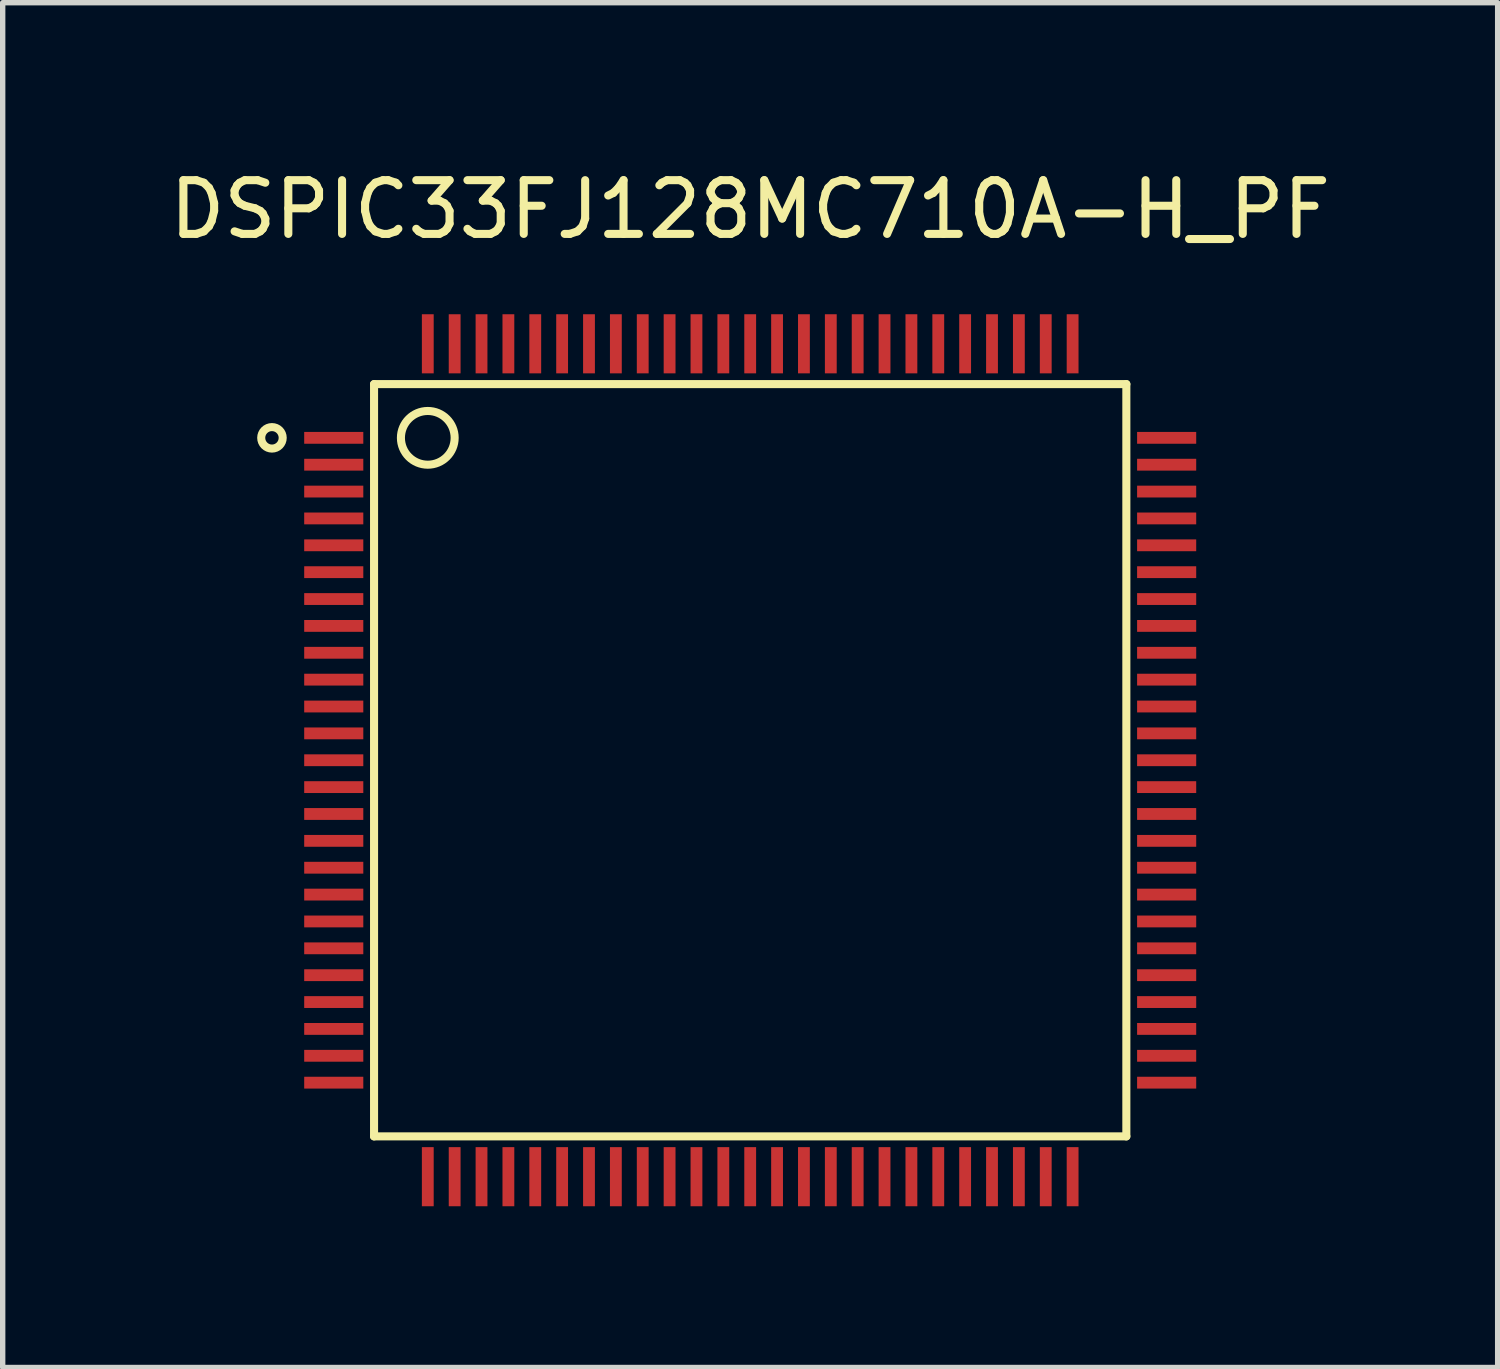
<source format=kicad_pcb>
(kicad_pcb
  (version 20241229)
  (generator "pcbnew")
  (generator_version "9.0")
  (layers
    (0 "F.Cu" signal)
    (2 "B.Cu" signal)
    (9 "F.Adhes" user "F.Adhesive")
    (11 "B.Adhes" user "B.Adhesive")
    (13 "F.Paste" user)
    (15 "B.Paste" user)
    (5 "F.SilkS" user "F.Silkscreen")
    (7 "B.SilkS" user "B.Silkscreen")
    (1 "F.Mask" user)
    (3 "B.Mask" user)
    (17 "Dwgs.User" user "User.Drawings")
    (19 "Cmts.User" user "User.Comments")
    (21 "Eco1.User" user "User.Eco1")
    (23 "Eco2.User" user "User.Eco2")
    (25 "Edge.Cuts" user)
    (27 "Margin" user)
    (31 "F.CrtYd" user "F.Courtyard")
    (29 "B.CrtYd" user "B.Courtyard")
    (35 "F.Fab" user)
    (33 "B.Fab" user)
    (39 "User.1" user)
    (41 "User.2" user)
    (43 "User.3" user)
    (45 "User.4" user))
  (footprint "DSPIC33FJ128MC710A-H_PF"
    (layer "F.Cu")
    (at 3.161 3.348)
    (property "Reference" "DSPIC33FJ128MC710A-H_PF" (at 7.75 -2.5 0) (layer "F.SilkS") (effects (font (size 1 1) (thickness 0.15))))
    (attr through_hole)
    (fp_line (start 0.75 0.75) (end 0.75 14.75) (stroke (width 0.15) (type solid)) (layer "F.SilkS"))
    (fp_line (start 0.75 0.75) (end 14.75 0.75) (stroke (width 0.15) (type solid)) (layer "F.SilkS"))
    (fp_line (start 0.75 14.75) (end 14.75 14.75) (stroke (width 0.15) (type solid)) (layer "F.SilkS"))
    (fp_line (start 14.75 14.75) (end 14.75 0.75) (stroke (width 0.15) (type solid)) (layer "F.SilkS"))
    (fp_circle (center -1.15 1.75) (end -1.15 1.55) (stroke (width 0.15) (type solid)) (fill no) (layer "F.SilkS"))
    (fp_circle (center 1.75 1.75) (end 1.75 1.25) (stroke (width 0.15) (type solid)) (fill no) (layer "F.SilkS"))
    (pad "1" smd rect (at 0 1.75) (size 1.1 0.22) (layers "F.Cu" "F.Mask" "F.Paste"))
    (pad "2" smd rect (at 0 2.25) (size 1.1 0.22) (layers "F.Cu" "F.Mask" "F.Paste"))
    (pad "3" smd rect (at 0 2.75) (size 1.1 0.22) (layers "F.Cu" "F.Mask" "F.Paste"))
    (pad "4" smd rect (at 0 3.25) (size 1.1 0.22) (layers "F.Cu" "F.Mask" "F.Paste"))
    (pad "5" smd rect (at 0 3.75) (size 1.1 0.22) (layers "F.Cu" "F.Mask" "F.Paste"))
    (pad "6" smd rect (at 0 4.25) (size 1.1 0.22) (layers "F.Cu" "F.Mask" "F.Paste"))
    (pad "7" smd rect (at 0 4.75) (size 1.1 0.22) (layers "F.Cu" "F.Mask" "F.Paste"))
    (pad "8" smd rect (at 0 5.25) (size 1.1 0.22) (layers "F.Cu" "F.Mask" "F.Paste"))
    (pad "9" smd rect (at 0 5.75) (size 1.1 0.22) (layers "F.Cu" "F.Mask" "F.Paste"))
    (pad "10" smd rect (at 0 6.25) (size 1.1 0.22) (layers "F.Cu" "F.Mask" "F.Paste"))
    (pad "11" smd rect (at 0 6.75) (size 1.1 0.22) (layers "F.Cu" "F.Mask" "F.Paste"))
    (pad "12" smd rect (at 0 7.25) (size 1.1 0.22) (layers "F.Cu" "F.Mask" "F.Paste"))
    (pad "13" smd rect (at 0 7.75) (size 1.1 0.22) (layers "F.Cu" "F.Mask" "F.Paste"))
    (pad "14" smd rect (at 0 8.25) (size 1.1 0.22) (layers "F.Cu" "F.Mask" "F.Paste"))
    (pad "15" smd rect (at 0 8.75) (size 1.1 0.22) (layers "F.Cu" "F.Mask" "F.Paste"))
    (pad "16" smd rect (at 0 9.25) (size 1.1 0.22) (layers "F.Cu" "F.Mask" "F.Paste"))
    (pad "17" smd rect (at 0 9.75) (size 1.1 0.22) (layers "F.Cu" "F.Mask" "F.Paste"))
    (pad "18" smd rect (at 0 10.25) (size 1.1 0.22) (layers "F.Cu" "F.Mask" "F.Paste"))
    (pad "19" smd rect (at 0 10.75) (size 1.1 0.22) (layers "F.Cu" "F.Mask" "F.Paste"))
    (pad "20" smd rect (at 0 11.25) (size 1.1 0.22) (layers "F.Cu" "F.Mask" "F.Paste"))
    (pad "21" smd rect (at 0 11.75) (size 1.1 0.22) (layers "F.Cu" "F.Mask" "F.Paste"))
    (pad "22" smd rect (at 0 12.25) (size 1.1 0.22) (layers "F.Cu" "F.Mask" "F.Paste"))
    (pad "23" smd rect (at 0 12.75) (size 1.1 0.22) (layers "F.Cu" "F.Mask" "F.Paste"))
    (pad "24" smd rect (at 0 13.25) (size 1.1 0.22) (layers "F.Cu" "F.Mask" "F.Paste"))
    (pad "25" smd rect (at 0 13.75) (size 1.1 0.22) (layers "F.Cu" "F.Mask" "F.Paste"))
    (pad "26" smd rect (at 1.75 15.5) (size 0.22 1.1) (layers "F.Cu" "F.Mask" "F.Paste"))
    (pad "27" smd rect (at 2.25 15.5) (size 0.22 1.1) (layers "F.Cu" "F.Mask" "F.Paste"))
    (pad "28" smd rect (at 2.75 15.5) (size 0.22 1.1) (layers "F.Cu" "F.Mask" "F.Paste"))
    (pad "29" smd rect (at 3.25 15.5) (size 0.22 1.1) (layers "F.Cu" "F.Mask" "F.Paste"))
    (pad "30" smd rect (at 3.75 15.5) (size 0.22 1.1) (layers "F.Cu" "F.Mask" "F.Paste"))
    (pad "31" smd rect (at 4.25 15.5) (size 0.22 1.1) (layers "F.Cu" "F.Mask" "F.Paste"))
    (pad "32" smd rect (at 4.75 15.5) (size 0.22 1.1) (layers "F.Cu" "F.Mask" "F.Paste"))
    (pad "33" smd rect (at 5.25 15.5) (size 0.22 1.1) (layers "F.Cu" "F.Mask" "F.Paste"))
    (pad "34" smd rect (at 5.75 15.5) (size 0.22 1.1) (layers "F.Cu" "F.Mask" "F.Paste"))
    (pad "35" smd rect (at 6.25 15.5) (size 0.22 1.1) (layers "F.Cu" "F.Mask" "F.Paste"))
    (pad "36" smd rect (at 6.75 15.5) (size 0.22 1.1) (layers "F.Cu" "F.Mask" "F.Paste"))
    (pad "37" smd rect (at 7.25 15.5) (size 0.22 1.1) (layers "F.Cu" "F.Mask" "F.Paste"))
    (pad "38" smd rect (at 7.75 15.5) (size 0.22 1.1) (layers "F.Cu" "F.Mask" "F.Paste"))
    (pad "39" smd rect (at 8.25 15.5) (size 0.22 1.1) (layers "F.Cu" "F.Mask" "F.Paste"))
    (pad "40" smd rect (at 8.75 15.5) (size 0.22 1.1) (layers "F.Cu" "F.Mask" "F.Paste"))
    (pad "41" smd rect (at 9.25 15.5) (size 0.22 1.1) (layers "F.Cu" "F.Mask" "F.Paste"))
    (pad "42" smd rect (at 9.75 15.5) (size 0.22 1.1) (layers "F.Cu" "F.Mask" "F.Paste"))
    (pad "43" smd rect (at 10.25 15.5) (size 0.22 1.1) (layers "F.Cu" "F.Mask" "F.Paste"))
    (pad "44" smd rect (at 10.75 15.5) (size 0.22 1.1) (layers "F.Cu" "F.Mask" "F.Paste"))
    (pad "45" smd rect (at 11.25 15.5) (size 0.22 1.1) (layers "F.Cu" "F.Mask" "F.Paste"))
    (pad "46" smd rect (at 11.75 15.5) (size 0.22 1.1) (layers "F.Cu" "F.Mask" "F.Paste"))
    (pad "47" smd rect (at 12.25 15.5) (size 0.22 1.1) (layers "F.Cu" "F.Mask" "F.Paste"))
    (pad "48" smd rect (at 12.75 15.5) (size 0.22 1.1) (layers "F.Cu" "F.Mask" "F.Paste"))
    (pad "49" smd rect (at 13.25 15.5) (size 0.22 1.1) (layers "F.Cu" "F.Mask" "F.Paste"))
    (pad "50" smd rect (at 13.75 15.5) (size 0.22 1.1) (layers "F.Cu" "F.Mask" "F.Paste"))
    (pad "51" smd rect (at 15.5 13.75) (size 1.1 0.22) (layers "F.Cu" "F.Mask" "F.Paste"))
    (pad "52" smd rect (at 15.5 13.25) (size 1.1 0.22) (layers "F.Cu" "F.Mask" "F.Paste"))
    (pad "53" smd rect (at 15.5 12.75) (size 1.1 0.22) (layers "F.Cu" "F.Mask" "F.Paste"))
    (pad "54" smd rect (at 15.5 12.25) (size 1.1 0.22) (layers "F.Cu" "F.Mask" "F.Paste"))
    (pad "55" smd rect (at 15.5 11.75) (size 1.1 0.22) (layers "F.Cu" "F.Mask" "F.Paste"))
    (pad "56" smd rect (at 15.5 11.25) (size 1.1 0.22) (layers "F.Cu" "F.Mask" "F.Paste"))
    (pad "57" smd rect (at 15.5 10.75) (size 1.1 0.22) (layers "F.Cu" "F.Mask" "F.Paste"))
    (pad "58" smd rect (at 15.5 10.25) (size 1.1 0.22) (layers "F.Cu" "F.Mask" "F.Paste"))
    (pad "59" smd rect (at 15.5 9.75) (size 1.1 0.22) (layers "F.Cu" "F.Mask" "F.Paste"))
    (pad "60" smd rect (at 15.5 9.25) (size 1.1 0.22) (layers "F.Cu" "F.Mask" "F.Paste"))
    (pad "61" smd rect (at 15.5 8.75) (size 1.1 0.22) (layers "F.Cu" "F.Mask" "F.Paste"))
    (pad "62" smd rect (at 15.5 8.25) (size 1.1 0.22) (layers "F.Cu" "F.Mask" "F.Paste"))
    (pad "63" smd rect (at 15.5 7.75) (size 1.1 0.22) (layers "F.Cu" "F.Mask" "F.Paste"))
    (pad "64" smd rect (at 15.5 7.25) (size 1.1 0.22) (layers "F.Cu" "F.Mask" "F.Paste"))
    (pad "65" smd rect (at 15.5 6.75) (size 1.1 0.22) (layers "F.Cu" "F.Mask" "F.Paste"))
    (pad "66" smd rect (at 15.5 6.25) (size 1.1 0.22) (layers "F.Cu" "F.Mask" "F.Paste"))
    (pad "67" smd rect (at 15.5 5.75) (size 1.1 0.22) (layers "F.Cu" "F.Mask" "F.Paste"))
    (pad "68" smd rect (at 15.5 5.25) (size 1.1 0.22) (layers "F.Cu" "F.Mask" "F.Paste"))
    (pad "69" smd rect (at 15.5 4.75) (size 1.1 0.22) (layers "F.Cu" "F.Mask" "F.Paste"))
    (pad "70" smd rect (at 15.5 4.25) (size 1.1 0.22) (layers "F.Cu" "F.Mask" "F.Paste"))
    (pad "71" smd rect (at 15.5 3.75) (size 1.1 0.22) (layers "F.Cu" "F.Mask" "F.Paste"))
    (pad "72" smd rect (at 15.5 3.25) (size 1.1 0.22) (layers "F.Cu" "F.Mask" "F.Paste"))
    (pad "73" smd rect (at 15.5 2.75) (size 1.1 0.22) (layers "F.Cu" "F.Mask" "F.Paste"))
    (pad "74" smd rect (at 15.5 2.25) (size 1.1 0.22) (layers "F.Cu" "F.Mask" "F.Paste"))
    (pad "75" smd rect (at 15.5 1.75) (size 1.1 0.22) (layers "F.Cu" "F.Mask" "F.Paste"))
    (pad "76" smd rect (at 13.75 0) (size 0.22 1.1) (layers "F.Cu" "F.Mask" "F.Paste"))
    (pad "77" smd rect (at 13.25 0) (size 0.22 1.1) (layers "F.Cu" "F.Mask" "F.Paste"))
    (pad "78" smd rect (at 12.75 0) (size 0.22 1.1) (layers "F.Cu" "F.Mask" "F.Paste"))
    (pad "79" smd rect (at 12.25 0) (size 0.22 1.1) (layers "F.Cu" "F.Mask" "F.Paste"))
    (pad "80" smd rect (at 11.75 0) (size 0.22 1.1) (layers "F.Cu" "F.Mask" "F.Paste"))
    (pad "81" smd rect (at 11.25 0) (size 0.22 1.1) (layers "F.Cu" "F.Mask" "F.Paste"))
    (pad "82" smd rect (at 10.75 0) (size 0.22 1.1) (layers "F.Cu" "F.Mask" "F.Paste"))
    (pad "83" smd rect (at 10.25 0) (size 0.22 1.1) (layers "F.Cu" "F.Mask" "F.Paste"))
    (pad "84" smd rect (at 9.75 0) (size 0.22 1.1) (layers "F.Cu" "F.Mask" "F.Paste"))
    (pad "85" smd rect (at 9.25 0) (size 0.22 1.1) (layers "F.Cu" "F.Mask" "F.Paste"))
    (pad "86" smd rect (at 8.75 0) (size 0.22 1.1) (layers "F.Cu" "F.Mask" "F.Paste"))
    (pad "87" smd rect (at 8.25 0) (size 0.22 1.1) (layers "F.Cu" "F.Mask" "F.Paste"))
    (pad "88" smd rect (at 7.75 0) (size 0.22 1.1) (layers "F.Cu" "F.Mask" "F.Paste"))
    (pad "89" smd rect (at 7.25 0) (size 0.22 1.1) (layers "F.Cu" "F.Mask" "F.Paste"))
    (pad "90" smd rect (at 6.75 0) (size 0.22 1.1) (layers "F.Cu" "F.Mask" "F.Paste"))
    (pad "91" smd rect (at 6.25 0) (size 0.22 1.1) (layers "F.Cu" "F.Mask" "F.Paste"))
    (pad "92" smd rect (at 5.75 0) (size 0.22 1.1) (layers "F.Cu" "F.Mask" "F.Paste"))
    (pad "93" smd rect (at 5.25 0) (size 0.22 1.1) (layers "F.Cu" "F.Mask" "F.Paste"))
    (pad "94" smd rect (at 4.75 0) (size 0.22 1.1) (layers "F.Cu" "F.Mask" "F.Paste"))
    (pad "95" smd rect (at 4.25 0) (size 0.22 1.1) (layers "F.Cu" "F.Mask" "F.Paste"))
    (pad "96" smd rect (at 3.75 0) (size 0.22 1.1) (layers "F.Cu" "F.Mask" "F.Paste"))
    (pad "97" smd rect (at 3.25 0) (size 0.22 1.1) (layers "F.Cu" "F.Mask" "F.Paste"))
    (pad "98" smd rect (at 2.75 0) (size 0.22 1.1) (layers "F.Cu" "F.Mask" "F.Paste"))
    (pad "99" smd rect (at 2.25 0) (size 0.22 1.1) (layers "F.Cu" "F.Mask" "F.Paste"))
    (pad "100" smd rect (at 1.75 0) (size 0.22 1.1) (layers "F.Cu" "F.Mask" "F.Paste")))
  (gr_rect
    (start -3 -3)
    (end 24.821 22.398)
    (stroke (width 0.1) (type default))
    (fill no)
    (layer "Edge.Cuts")))
</source>
